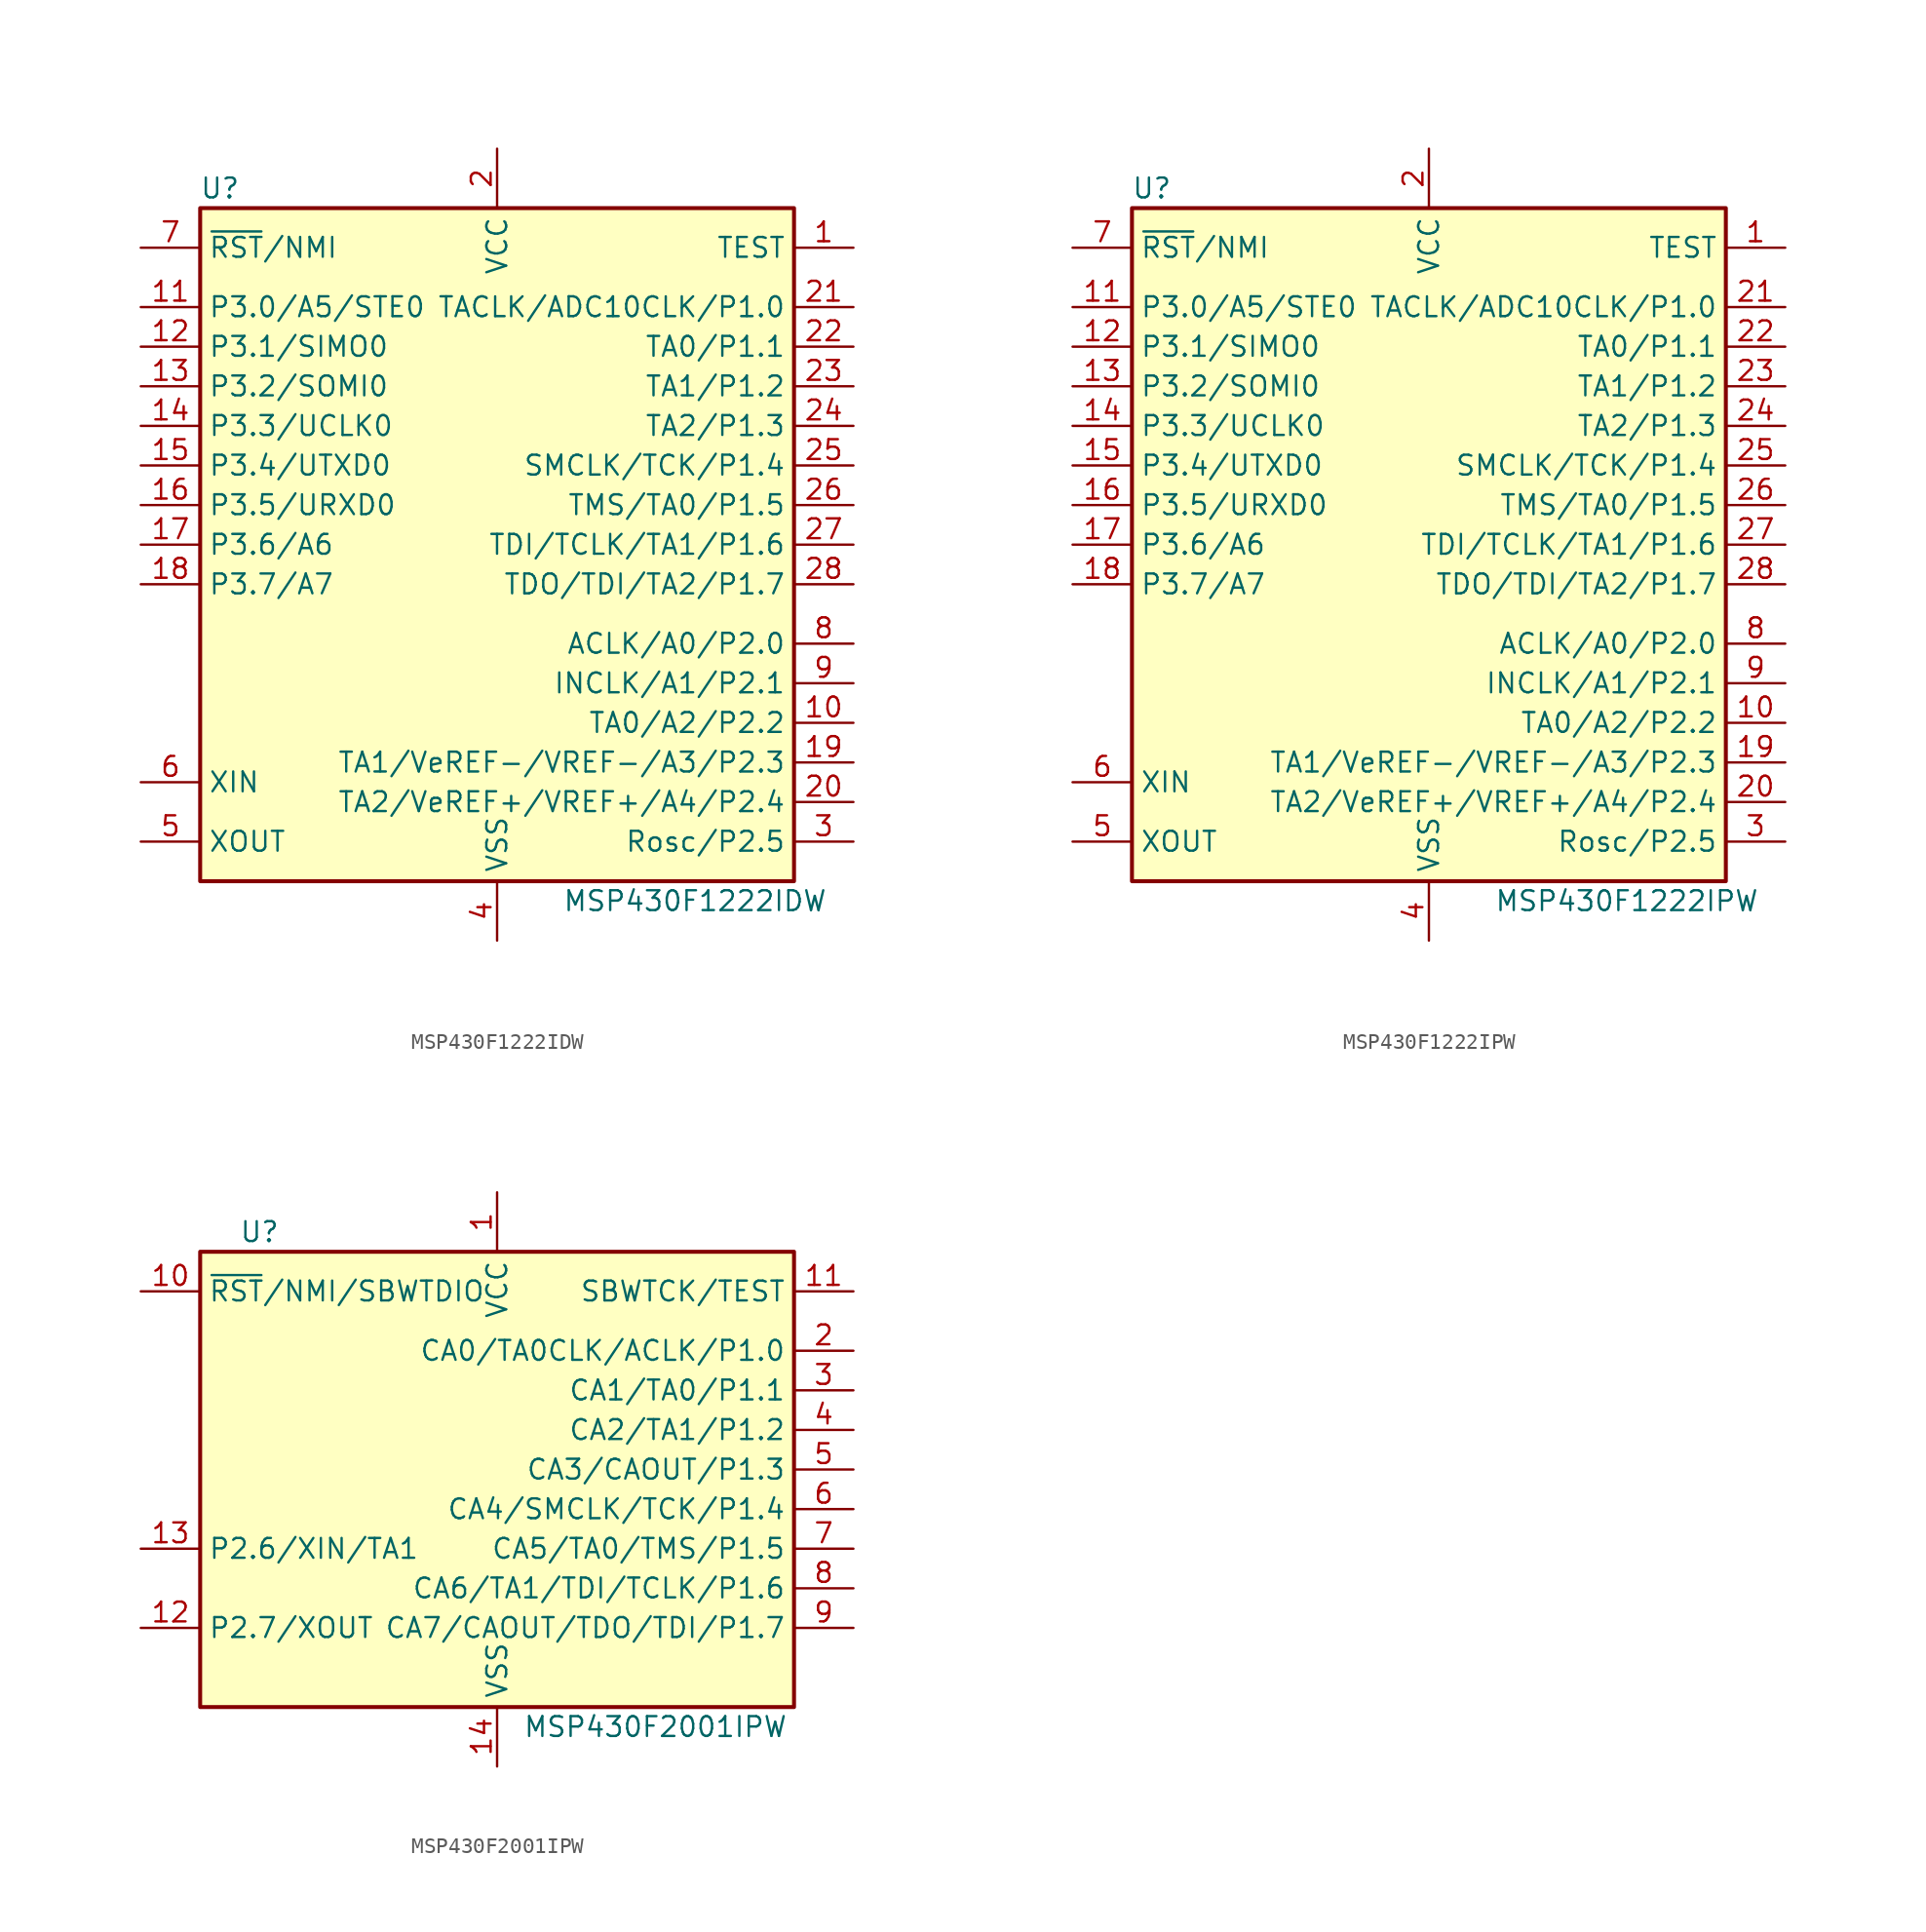
<source format=kicad_sym>
(kicad_symbol_lib
  (version 20231120)
  (generator "kicad_symbol_editor")
  (generator_version "8.0")
  (symbol "MSP430F1222IDW"
    (property "Reference" "U"
      (at -17.78 22.86 0)
      (effects (font (size 1.27 1.27))))
    (property "Value" "MSP430F1222IDW"
      (at 12.7 -22.86 0)
      (effects (font (size 1.27 1.27))))
    (symbol "MSP430F1222IDW_0_1"
      (rectangle (start -19.05 21.59) (end 19.05 -21.59) (stroke (width 0.254) (type default)) (fill (type background))))
    (symbol "MSP430F1222IDW_1_1"
      (pin input line (at 22.86 19.05 180) (length 3.81) (name "TEST" (effects (font (size 1.27 1.27)))) (number "1" (effects (font (size 1.27 1.27)))))
      (pin bidirectional line (at 22.86 -11.43 180) (length 3.81) (name "TA0/A2/P2.2" (effects (font (size 1.27 1.27)))) (number "10" (effects (font (size 1.27 1.27)))))
      (pin bidirectional line (at -22.86 15.24 0) (length 3.81) (name "P3.0/A5/STE0" (effects (font (size 1.27 1.27)))) (number "11" (effects (font (size 1.27 1.27)))))
      (pin bidirectional line (at -22.86 12.7 0) (length 3.81) (name "P3.1/SIMO0" (effects (font (size 1.27 1.27)))) (number "12" (effects (font (size 1.27 1.27)))))
      (pin bidirectional line (at -22.86 10.16 0) (length 3.81) (name "P3.2/SOMI0" (effects (font (size 1.27 1.27)))) (number "13" (effects (font (size 1.27 1.27)))))
      (pin bidirectional line (at -22.86 7.62 0) (length 3.81) (name "P3.3/UCLK0" (effects (font (size 1.27 1.27)))) (number "14" (effects (font (size 1.27 1.27)))))
      (pin bidirectional line (at -22.86 5.08 0) (length 3.81) (name "P3.4/UTXD0" (effects (font (size 1.27 1.27)))) (number "15" (effects (font (size 1.27 1.27)))))
      (pin bidirectional line (at -22.86 2.54 0) (length 3.81) (name "P3.5/URXD0" (effects (font (size 1.27 1.27)))) (number "16" (effects (font (size 1.27 1.27)))))
      (pin bidirectional line (at -22.86 0 0) (length 3.81) (name "P3.6/A6" (effects (font (size 1.27 1.27)))) (number "17" (effects (font (size 1.27 1.27)))))
      (pin bidirectional line (at -22.86 -2.54 0) (length 3.81) (name "P3.7/A7" (effects (font (size 1.27 1.27)))) (number "18" (effects (font (size 1.27 1.27)))))
      (pin bidirectional line (at 22.86 -13.97 180) (length 3.81) (name "TA1/VeREF-/VREF-/A3/P2.3" (effects (font (size 1.27 1.27)))) (number "19" (effects (font (size 1.27 1.27)))))
      (pin power_in line (at 0 25.4 270) (length 3.81) (name "VCC" (effects (font (size 1.27 1.27)))) (number "2" (effects (font (size 1.27 1.27)))))
      (pin bidirectional line (at 22.86 -16.51 180) (length 3.81) (name "TA2/VeREF+/VREF+/A4/P2.4" (effects (font (size 1.27 1.27)))) (number "20" (effects (font (size 1.27 1.27)))))
      (pin bidirectional line (at 22.86 15.24 180) (length 3.81) (name "TACLK/ADC10CLK/P1.0" (effects (font (size 1.27 1.27)))) (number "21" (effects (font (size 1.27 1.27)))))
      (pin bidirectional line (at 22.86 12.7 180) (length 3.81) (name "TA0/P1.1" (effects (font (size 1.27 1.27)))) (number "22" (effects (font (size 1.27 1.27)))))
      (pin bidirectional line (at 22.86 10.16 180) (length 3.81) (name "TA1/P1.2" (effects (font (size 1.27 1.27)))) (number "23" (effects (font (size 1.27 1.27)))))
      (pin bidirectional line (at 22.86 7.62 180) (length 3.81) (name "TA2/P1.3" (effects (font (size 1.27 1.27)))) (number "24" (effects (font (size 1.27 1.27)))))
      (pin bidirectional line (at 22.86 5.08 180) (length 3.81) (name "SMCLK/TCK/P1.4" (effects (font (size 1.27 1.27)))) (number "25" (effects (font (size 1.27 1.27)))))
      (pin bidirectional line (at 22.86 2.54 180) (length 3.81) (name "TMS/TA0/P1.5" (effects (font (size 1.27 1.27)))) (number "26" (effects (font (size 1.27 1.27)))))
      (pin bidirectional line (at 22.86 0 180) (length 3.81) (name "TDI/TCLK/TA1/P1.6" (effects (font (size 1.27 1.27)))) (number "27" (effects (font (size 1.27 1.27)))))
      (pin bidirectional line (at 22.86 -2.54 180) (length 3.81) (name "TDO/TDI/TA2/P1.7" (effects (font (size 1.27 1.27)))) (number "28" (effects (font (size 1.27 1.27)))))
      (pin bidirectional line (at 22.86 -19.05 180) (length 3.81) (name "Rosc/P2.5" (effects (font (size 1.27 1.27)))) (number "3" (effects (font (size 1.27 1.27)))))
      (pin power_in line (at 0 -25.4 90) (length 3.81) (name "VSS" (effects (font (size 1.27 1.27)))) (number "4" (effects (font (size 1.27 1.27)))))
      (pin output line (at -22.86 -19.05 0) (length 3.81) (name "XOUT" (effects (font (size 1.27 1.27)))) (number "5" (effects (font (size 1.27 1.27)))))
      (pin input line (at -22.86 -15.24 0) (length 3.81) (name "XIN" (effects (font (size 1.27 1.27)))) (number "6" (effects (font (size 1.27 1.27)))))
      (pin input line (at -22.86 19.05 0) (length 3.81) (name "~{RST}/NMI" (effects (font (size 1.27 1.27)))) (number "7" (effects (font (size 1.27 1.27)))))
      (pin bidirectional line (at 22.86 -6.35 180) (length 3.81) (name "ACLK/A0/P2.0" (effects (font (size 1.27 1.27)))) (number "8" (effects (font (size 1.27 1.27)))))
      (pin bidirectional line (at 22.86 -8.89 180) (length 3.81) (name "INCLK/A1/P2.1" (effects (font (size 1.27 1.27)))) (number "9" (effects (font (size 1.27 1.27)))))))
  (symbol "MSP430F1222IPW"
    (property "Reference" "U"
      (at -17.78 22.86 0)
      (effects (font (size 1.27 1.27))))
    (property "Value" "MSP430F1222IPW"
      (at 12.7 -22.86 0)
      (effects (font (size 1.27 1.27))))
    (symbol "MSP430F1222IPW_0_1"
      (rectangle (start -19.05 21.59) (end 19.05 -21.59) (stroke (width 0.254) (type default)) (fill (type background))))
    (symbol "MSP430F1222IPW_1_1"
      (pin input line (at 22.86 19.05 180) (length 3.81) (name "TEST" (effects (font (size 1.27 1.27)))) (number "1" (effects (font (size 1.27 1.27)))))
      (pin bidirectional line (at 22.86 -11.43 180) (length 3.81) (name "TA0/A2/P2.2" (effects (font (size 1.27 1.27)))) (number "10" (effects (font (size 1.27 1.27)))))
      (pin bidirectional line (at -22.86 15.24 0) (length 3.81) (name "P3.0/A5/STE0" (effects (font (size 1.27 1.27)))) (number "11" (effects (font (size 1.27 1.27)))))
      (pin bidirectional line (at -22.86 12.7 0) (length 3.81) (name "P3.1/SIMO0" (effects (font (size 1.27 1.27)))) (number "12" (effects (font (size 1.27 1.27)))))
      (pin bidirectional line (at -22.86 10.16 0) (length 3.81) (name "P3.2/SOMI0" (effects (font (size 1.27 1.27)))) (number "13" (effects (font (size 1.27 1.27)))))
      (pin bidirectional line (at -22.86 7.62 0) (length 3.81) (name "P3.3/UCLK0" (effects (font (size 1.27 1.27)))) (number "14" (effects (font (size 1.27 1.27)))))
      (pin bidirectional line (at -22.86 5.08 0) (length 3.81) (name "P3.4/UTXD0" (effects (font (size 1.27 1.27)))) (number "15" (effects (font (size 1.27 1.27)))))
      (pin bidirectional line (at -22.86 2.54 0) (length 3.81) (name "P3.5/URXD0" (effects (font (size 1.27 1.27)))) (number "16" (effects (font (size 1.27 1.27)))))
      (pin bidirectional line (at -22.86 0 0) (length 3.81) (name "P3.6/A6" (effects (font (size 1.27 1.27)))) (number "17" (effects (font (size 1.27 1.27)))))
      (pin bidirectional line (at -22.86 -2.54 0) (length 3.81) (name "P3.7/A7" (effects (font (size 1.27 1.27)))) (number "18" (effects (font (size 1.27 1.27)))))
      (pin bidirectional line (at 22.86 -13.97 180) (length 3.81) (name "TA1/VeREF-/VREF-/A3/P2.3" (effects (font (size 1.27 1.27)))) (number "19" (effects (font (size 1.27 1.27)))))
      (pin power_in line (at 0 25.4 270) (length 3.81) (name "VCC" (effects (font (size 1.27 1.27)))) (number "2" (effects (font (size 1.27 1.27)))))
      (pin bidirectional line (at 22.86 -16.51 180) (length 3.81) (name "TA2/VeREF+/VREF+/A4/P2.4" (effects (font (size 1.27 1.27)))) (number "20" (effects (font (size 1.27 1.27)))))
      (pin bidirectional line (at 22.86 15.24 180) (length 3.81) (name "TACLK/ADC10CLK/P1.0" (effects (font (size 1.27 1.27)))) (number "21" (effects (font (size 1.27 1.27)))))
      (pin bidirectional line (at 22.86 12.7 180) (length 3.81) (name "TA0/P1.1" (effects (font (size 1.27 1.27)))) (number "22" (effects (font (size 1.27 1.27)))))
      (pin bidirectional line (at 22.86 10.16 180) (length 3.81) (name "TA1/P1.2" (effects (font (size 1.27 1.27)))) (number "23" (effects (font (size 1.27 1.27)))))
      (pin bidirectional line (at 22.86 7.62 180) (length 3.81) (name "TA2/P1.3" (effects (font (size 1.27 1.27)))) (number "24" (effects (font (size 1.27 1.27)))))
      (pin bidirectional line (at 22.86 5.08 180) (length 3.81) (name "SMCLK/TCK/P1.4" (effects (font (size 1.27 1.27)))) (number "25" (effects (font (size 1.27 1.27)))))
      (pin bidirectional line (at 22.86 2.54 180) (length 3.81) (name "TMS/TA0/P1.5" (effects (font (size 1.27 1.27)))) (number "26" (effects (font (size 1.27 1.27)))))
      (pin bidirectional line (at 22.86 0 180) (length 3.81) (name "TDI/TCLK/TA1/P1.6" (effects (font (size 1.27 1.27)))) (number "27" (effects (font (size 1.27 1.27)))))
      (pin bidirectional line (at 22.86 -2.54 180) (length 3.81) (name "TDO/TDI/TA2/P1.7" (effects (font (size 1.27 1.27)))) (number "28" (effects (font (size 1.27 1.27)))))
      (pin bidirectional line (at 22.86 -19.05 180) (length 3.81) (name "Rosc/P2.5" (effects (font (size 1.27 1.27)))) (number "3" (effects (font (size 1.27 1.27)))))
      (pin power_in line (at 0 -25.4 90) (length 3.81) (name "VSS" (effects (font (size 1.27 1.27)))) (number "4" (effects (font (size 1.27 1.27)))))
      (pin output line (at -22.86 -19.05 0) (length 3.81) (name "XOUT" (effects (font (size 1.27 1.27)))) (number "5" (effects (font (size 1.27 1.27)))))
      (pin input line (at -22.86 -15.24 0) (length 3.81) (name "XIN" (effects (font (size 1.27 1.27)))) (number "6" (effects (font (size 1.27 1.27)))))
      (pin input line (at -22.86 19.05 0) (length 3.81) (name "~{RST}/NMI" (effects (font (size 1.27 1.27)))) (number "7" (effects (font (size 1.27 1.27)))))
      (pin bidirectional line (at 22.86 -6.35 180) (length 3.81) (name "ACLK/A0/P2.0" (effects (font (size 1.27 1.27)))) (number "8" (effects (font (size 1.27 1.27)))))
      (pin bidirectional line (at 22.86 -8.89 180) (length 3.81) (name "INCLK/A1/P2.1" (effects (font (size 1.27 1.27)))) (number "9" (effects (font (size 1.27 1.27)))))))
  (symbol "MSP430F2001IPW"
    (property "Reference" "U"
      (at -15.24 15.24 0)
      (effects (font (size 1.27 1.27))))
    (property "Value" "MSP430F2001IPW"
      (at 10.16 -16.51 0)
      (effects (font (size 1.27 1.27))))
    (symbol "MSP430F2001IPW_0_1"
      (rectangle (start -19.05 13.97) (end 19.05 -15.24) (stroke (width 0.254) (type default)) (fill (type background))))
    (symbol "MSP430F2001IPW_1_1"
      (pin power_in line (at 0 17.78 270) (length 3.81) (name "VCC" (effects (font (size 1.27 1.27)))) (number "1" (effects (font (size 1.27 1.27)))))
      (pin input line (at -22.86 11.43 0) (length 3.81) (name "~{RST}/NMI/SBWTDIO" (effects (font (size 1.27 1.27)))) (number "10" (effects (font (size 1.27 1.27)))))
      (pin input line (at 22.86 11.43 180) (length 3.81) (name "SBWTCK/TEST" (effects (font (size 1.27 1.27)))) (number "11" (effects (font (size 1.27 1.27)))))
      (pin bidirectional line (at -22.86 -10.16 0) (length 3.81) (name "P2.7/XOUT" (effects (font (size 1.27 1.27)))) (number "12" (effects (font (size 1.27 1.27)))))
      (pin bidirectional line (at -22.86 -5.08 0) (length 3.81) (name "P2.6/XIN/TA1" (effects (font (size 1.27 1.27)))) (number "13" (effects (font (size 1.27 1.27)))))
      (pin power_in line (at 0 -19.05 90) (length 3.81) (name "VSS" (effects (font (size 1.27 1.27)))) (number "14" (effects (font (size 1.27 1.27)))))
      (pin bidirectional line (at 22.86 7.62 180) (length 3.81) (name "CA0/TA0CLK/ACLK/P1.0" (effects (font (size 1.27 1.27)))) (number "2" (effects (font (size 1.27 1.27)))))
      (pin bidirectional line (at 22.86 5.08 180) (length 3.81) (name "CA1/TA0/P1.1" (effects (font (size 1.27 1.27)))) (number "3" (effects (font (size 1.27 1.27)))))
      (pin bidirectional line (at 22.86 2.54 180) (length 3.81) (name "CA2/TA1/P1.2" (effects (font (size 1.27 1.27)))) (number "4" (effects (font (size 1.27 1.27)))))
      (pin bidirectional line (at 22.86 0 180) (length 3.81) (name "CA3/CAOUT/P1.3" (effects (font (size 1.27 1.27)))) (number "5" (effects (font (size 1.27 1.27)))))
      (pin bidirectional line (at 22.86 -2.54 180) (length 3.81) (name "CA4/SMCLK/TCK/P1.4" (effects (font (size 1.27 1.27)))) (number "6" (effects (font (size 1.27 1.27)))))
      (pin bidirectional line (at 22.86 -5.08 180) (length 3.81) (name "CA5/TA0/TMS/P1.5" (effects (font (size 1.27 1.27)))) (number "7" (effects (font (size 1.27 1.27)))))
      (pin bidirectional line (at 22.86 -7.62 180) (length 3.81) (name "CA6/TA1/TDI/TCLK/P1.6" (effects (font (size 1.27 1.27)))) (number "8" (effects (font (size 1.27 1.27)))))
      (pin bidirectional line (at 22.86 -10.16 180) (length 3.81) (name "CA7/CAOUT/TDO/TDI/P1.7" (effects (font (size 1.27 1.27)))) (number "9" (effects (font (size 1.27 1.27))))))))
</source>
